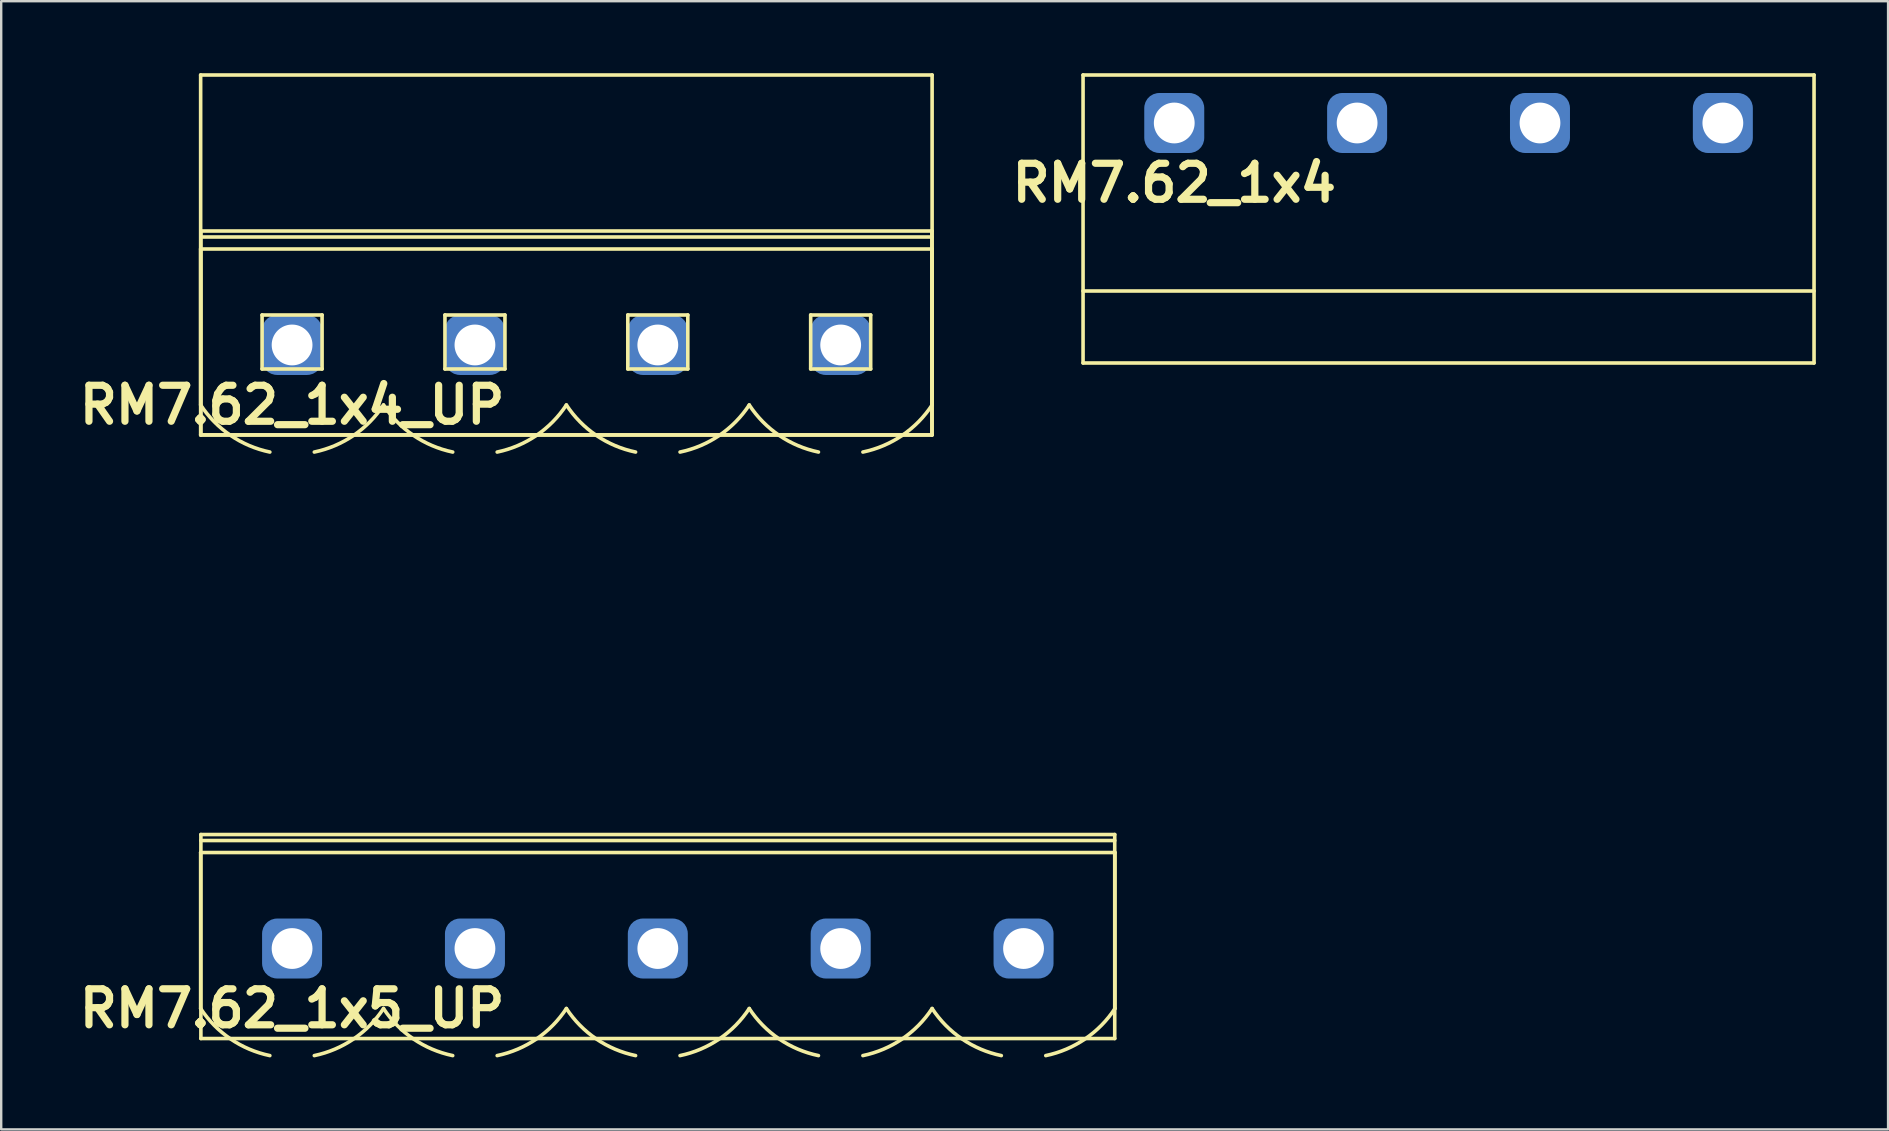
<source format=kicad_pcb>
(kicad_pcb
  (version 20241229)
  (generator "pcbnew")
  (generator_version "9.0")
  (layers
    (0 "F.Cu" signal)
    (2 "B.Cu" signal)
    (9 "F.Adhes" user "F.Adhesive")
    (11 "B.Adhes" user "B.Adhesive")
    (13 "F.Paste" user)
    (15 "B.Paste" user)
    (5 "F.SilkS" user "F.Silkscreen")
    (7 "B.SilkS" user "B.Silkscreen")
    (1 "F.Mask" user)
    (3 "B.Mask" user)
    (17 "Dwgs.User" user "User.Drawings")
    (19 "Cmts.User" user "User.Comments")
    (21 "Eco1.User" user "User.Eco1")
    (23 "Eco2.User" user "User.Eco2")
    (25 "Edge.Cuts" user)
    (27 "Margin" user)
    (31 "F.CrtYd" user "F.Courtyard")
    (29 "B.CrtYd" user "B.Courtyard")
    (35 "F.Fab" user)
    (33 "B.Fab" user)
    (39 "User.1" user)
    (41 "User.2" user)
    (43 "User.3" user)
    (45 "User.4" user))
  (footprint "RM7.62_1x5_UP"
    (layer "F.Cu")
    (at 9.121 36.475)
    (property "Reference" "RM7.62_1x5_UP" (at 0 2.5 0) (layer "F.SilkS") (effects (font (size 1.5 1.5) (thickness 0.3))))
    (attr through_hole)
    (fp_line (start -3.81 -4) (end -3.81 2.5) (stroke (width 0.15) (type solid)) (layer "F.SilkS"))
    (fp_line (start -3.81 -4) (end 34.29 -4) (stroke (width 0.15) (type solid)) (layer "F.SilkS"))
    (fp_line (start -3.8 -4.75) (end -3.8 3.75) (stroke (width 0.15) (type solid)) (layer "F.SilkS"))
    (fp_line (start -3.8 -4.5) (end 34.28 -4.5) (stroke (width 0.15) (type solid)) (layer "F.SilkS"))
    (fp_line (start -3.8 3.75) (end 34.28 3.75) (stroke (width 0.15) (type solid)) (layer "F.SilkS"))
    (fp_line (start 34.28 -4.75) (end -3.8 -4.75) (stroke (width 0.15) (type solid)) (layer "F.SilkS"))
    (fp_line (start 34.28 3.75) (end 34.28 -4.75) (stroke (width 0.15) (type solid)) (layer "F.SilkS"))
    (fp_line (start 34.29 -4) (end 34.29 2.5) (stroke (width 0.15) (type solid)) (layer "F.SilkS"))
    (fp_arc (start -0.92631 4.461844) (mid -2.563273 3.767723) (end -3.81 2.5) (stroke (width 0.15) (type solid)) (layer "F.SilkS"))
    (fp_arc (start 3.81 2.5) (mid 2.563272 3.767723) (end 0.92631 4.461844) (stroke (width 0.15) (type solid)) (layer "F.SilkS"))
    (fp_arc (start 6.69369 4.461844) (mid 5.056727 3.767723) (end 3.81 2.5) (stroke (width 0.15) (type solid)) (layer "F.SilkS"))
    (fp_arc (start 11.43 2.5) (mid 10.183272 3.767723) (end 8.54631 4.461844) (stroke (width 0.15) (type solid)) (layer "F.SilkS"))
    (fp_arc (start 14.31369 4.461844) (mid 12.676727 3.767723) (end 11.43 2.5) (stroke (width 0.15) (type solid)) (layer "F.SilkS"))
    (fp_arc (start 19.05 2.5) (mid 17.803272 3.767723) (end 16.16631 4.461844) (stroke (width 0.15) (type solid)) (layer "F.SilkS"))
    (fp_arc (start 21.93369 4.461844) (mid 20.296727 3.767723) (end 19.05 2.5) (stroke (width 0.15) (type solid)) (layer "F.SilkS"))
    (fp_arc (start 26.67 2.5) (mid 25.423272 3.767723) (end 23.78631 4.461844) (stroke (width 0.15) (type solid)) (layer "F.SilkS"))
    (fp_arc (start 29.55369 4.461844) (mid 27.916727 3.767723) (end 26.67 2.5) (stroke (width 0.15) (type solid)) (layer "F.SilkS"))
    (fp_arc (start 34.29 2.5) (mid 33.043272 3.767723) (end 31.40631 4.461844) (stroke (width 0.15) (type solid)) (layer "F.SilkS"))
    (fp_line (start -3.81 -11.25) (end -3.81 3.75) (stroke (width 0.15) (type solid)) (layer "Margin"))
    (fp_line (start -3.81 3.75) (end 34.29 3.75) (stroke (width 0.15) (type solid)) (layer "Margin"))
    (fp_line (start -1.25 -1.25) (end -1.25 1) (stroke (width 0.15) (type solid)) (layer "Margin"))
    (fp_line (start -1.25 1) (end 1.25 1) (stroke (width 0.15) (type solid)) (layer "Margin"))
    (fp_line (start 1.25 -1.25) (end -1.25 -1.25) (stroke (width 0.15) (type solid)) (layer "Margin"))
    (fp_line (start 1.25 1) (end 1.25 -1.25) (stroke (width 0.15) (type solid)) (layer "Margin"))
    (fp_line (start 6.37 -1.25) (end 6.37 1) (stroke (width 0.15) (type solid)) (layer "Margin"))
    (fp_line (start 6.37 1) (end 8.87 1) (stroke (width 0.15) (type solid)) (layer "Margin"))
    (fp_line (start 8.87 -1.25) (end 6.37 -1.25) (stroke (width 0.15) (type solid)) (layer "Margin"))
    (fp_line (start 8.87 1) (end 8.87 -1.25) (stroke (width 0.15) (type solid)) (layer "Margin"))
    (fp_line (start 13.99 -1.25) (end 13.99 1) (stroke (width 0.15) (type solid)) (layer "Margin"))
    (fp_line (start 13.99 1) (end 16.49 1) (stroke (width 0.15) (type solid)) (layer "Margin"))
    (fp_line (start 16.49 -1.25) (end 13.99 -1.25) (stroke (width 0.15) (type solid)) (layer "Margin"))
    (fp_line (start 16.49 1) (end 16.49 -1.25) (stroke (width 0.15) (type solid)) (layer "Margin"))
    (fp_line (start 21.61 -1.25) (end 21.61 1) (stroke (width 0.15) (type solid)) (layer "Margin"))
    (fp_line (start 21.61 1) (end 24.11 1) (stroke (width 0.15) (type solid)) (layer "Margin"))
    (fp_line (start 24.11 -1.25) (end 21.61 -1.25) (stroke (width 0.15) (type solid)) (layer "Margin"))
    (fp_line (start 24.11 1) (end 24.11 -1.25) (stroke (width 0.15) (type solid)) (layer "Margin"))
    (fp_line (start 29.23 -1.25) (end 29.23 1) (stroke (width 0.15) (type solid)) (layer "Margin"))
    (fp_line (start 29.23 1) (end 31.73 1) (stroke (width 0.15) (type solid)) (layer "Margin"))
    (fp_line (start 31.73 -1.25) (end 29.23 -1.25) (stroke (width 0.15) (type solid)) (layer "Margin"))
    (fp_line (start 31.73 1) (end 31.73 -1.25) (stroke (width 0.15) (type solid)) (layer "Margin"))
    (fp_line (start 34.29 -11.25) (end -3.81 -11.25) (stroke (width 0.15) (type solid)) (layer "Margin"))
    (fp_line (start 34.29 3.75) (end 34.29 -11.25) (stroke (width 0.15) (type solid)) (layer "Margin"))
    (pad "1" thru_hole circle (at 0 0) (size 2 2) (drill 1.7) (layers "*.Cu" "*.Mask"))
    (pad "1" smd roundrect (at 0 0) (size 2.5 2.5) (layers "B.Cu" "B.Mask") (roundrect_rratio 0.25))
    (pad "2" thru_hole circle (at 7.62 0) (size 2 2) (drill 1.7) (layers "*.Cu" "*.Mask"))
    (pad "2" smd roundrect (at 7.62 0) (size 2.5 2.5) (layers "B.Cu" "B.Mask") (roundrect_rratio 0.25))
    (pad "3" thru_hole circle (at 15.24 0) (size 2 2) (drill 1.7) (layers "*.Cu" "*.Mask"))
    (pad "3" smd roundrect (at 15.24 0) (size 2.5 2.5) (layers "B.Cu" "B.Mask") (roundrect_rratio 0.25))
    (pad "4" thru_hole circle (at 22.86 0) (size 2 2) (drill 1.7) (layers "*.Cu" "*.Mask"))
    (pad "4" smd roundrect (at 22.86 0) (size 2.5 2.5) (layers "B.Cu" "B.Mask") (roundrect_rratio 0.25))
    (pad "5" thru_hole circle (at 30.48 0) (size 2 2) (drill 1.7) (layers "*.Cu" "*.Mask"))
    (pad "5" smd roundrect (at 30.48 0) (size 2.5 2.5) (layers "B.Cu" "B.Mask") (roundrect_rratio 0.25)))
  (footprint "RM7.62_1x4"
    (layer "F.Cu")
    (at 45.881 2.075)
    (property "Reference" "RM7.62_1x4" (at 0 2.5 0) (layer "F.SilkS") (effects (font (size 1.5 1.5) (thickness 0.3))))
    (attr through_hole)
    (fp_line (start -3.8 -2) (end -3.8 10) (stroke (width 0.15) (type solid)) (layer "F.SilkS"))
    (fp_line (start -3.8 7) (end 26.66 7) (stroke (width 0.15) (type solid)) (layer "F.SilkS"))
    (fp_line (start -3.8 10) (end 26.66 10) (stroke (width 0.15) (type solid)) (layer "F.SilkS"))
    (fp_line (start 26.66 -2) (end -3.8 -2) (stroke (width 0.15) (type solid)) (layer "F.SilkS"))
    (fp_line (start 26.66 10) (end 26.66 -2) (stroke (width 0.15) (type solid)) (layer "F.SilkS"))
    (fp_line (start -3.81 20) (end -3.81 10) (stroke (width 0.15) (type solid)) (layer "Margin"))
    (fp_line (start -3.81 20) (end 26.67 20) (stroke (width 0.15) (type solid)) (layer "Margin"))
    (fp_line (start -1.5 15) (end 1.5 15) (stroke (width 0.15) (type solid)) (layer "Margin"))
    (fp_line (start 6.12 15) (end 9.12 15) (stroke (width 0.15) (type solid)) (layer "Margin"))
    (fp_line (start 13.74 15) (end 16.74 15) (stroke (width 0.15) (type solid)) (layer "Margin"))
    (fp_line (start 21.36 15) (end 24.36 15) (stroke (width 0.15) (type solid)) (layer "Margin"))
    (fp_line (start 26.67 20) (end 26.67 10) (stroke (width 0.15) (type solid)) (layer "Margin"))
    (fp_circle (center 0 15) (end 0 13.5) (stroke (width 0.15) (type solid)) (fill no) (layer "Margin"))
    (fp_circle (center 7.62 15) (end 7.62 13.5) (stroke (width 0.15) (type solid)) (fill no) (layer "Margin"))
    (fp_circle (center 15.24 15) (end 15.24 13.5) (stroke (width 0.15) (type solid)) (fill no) (layer "Margin"))
    (fp_circle (center 22.86 15) (end 22.86 13.5) (stroke (width 0.15) (type solid)) (fill no) (layer "Margin"))
    (pad "1" thru_hole circle (at 0 0) (size 2 2) (drill 1.7) (layers "*.Cu" "*.Mask"))
    (pad "1" smd roundrect (at 0 0) (size 2.5 2.5) (layers "B.Cu" "B.Mask") (roundrect_rratio 0.25))
    (pad "2" thru_hole circle (at 7.62 0) (size 2 2) (drill 1.7) (layers "*.Cu" "*.Mask"))
    (pad "2" smd roundrect (at 7.62 0) (size 2.5 2.5) (layers "B.Cu" "B.Mask") (roundrect_rratio 0.25))
    (pad "3" thru_hole circle (at 15.24 0) (size 2 2) (drill 1.7) (layers "*.Cu" "*.Mask"))
    (pad "3" smd roundrect (at 15.24 0) (size 2.5 2.5) (layers "B.Cu" "B.Mask") (roundrect_rratio 0.25))
    (pad "4" thru_hole circle (at 22.86 0) (size 2 2) (drill 1.7) (layers "*.Cu" "*.Mask"))
    (pad "4" smd roundrect (at 22.86 0) (size 2.5 2.5) (layers "B.Cu" "B.Mask") (roundrect_rratio 0.25)))
  (footprint "RM7.62_1x4_UP"
    (layer "F.Cu")
    (at 9.121 11.325)
    (property "Reference" "RM7.62_1x4_UP" (at 0 2.5 0) (layer "F.SilkS") (effects (font (size 1.5 1.5) (thickness 0.3))))
    (attr through_hole)
    (fp_line (start -3.81 -11.25) (end -3.81 3.75) (stroke (width 0.15) (type solid)) (layer "F.SilkS"))
    (fp_line (start -3.81 -4) (end -3.81 2.5) (stroke (width 0.15) (type solid)) (layer "F.SilkS"))
    (fp_line (start -3.81 -4) (end 26.67 -4) (stroke (width 0.15) (type solid)) (layer "F.SilkS"))
    (fp_line (start -3.81 3.75) (end 26.67 3.75) (stroke (width 0.15) (type solid)) (layer "F.SilkS"))
    (fp_line (start -3.8 -4.75) (end -3.8 3.75) (stroke (width 0.15) (type solid)) (layer "F.SilkS"))
    (fp_line (start -3.8 -4.5) (end 26.66 -4.5) (stroke (width 0.15) (type solid)) (layer "F.SilkS"))
    (fp_line (start -3.8 3.75) (end 26.66 3.75) (stroke (width 0.15) (type solid)) (layer "F.SilkS"))
    (fp_line (start -1.25 -1.25) (end -1.25 1) (stroke (width 0.15) (type solid)) (layer "F.SilkS"))
    (fp_line (start -1.25 1) (end 1.25 1) (stroke (width 0.15) (type solid)) (layer "F.SilkS"))
    (fp_line (start 1.25 -1.25) (end -1.25 -1.25) (stroke (width 0.15) (type solid)) (layer "F.SilkS"))
    (fp_line (start 1.25 1) (end 1.25 -1.25) (stroke (width 0.15) (type solid)) (layer "F.SilkS"))
    (fp_line (start 6.37 -1.25) (end 6.37 1) (stroke (width 0.15) (type solid)) (layer "F.SilkS"))
    (fp_line (start 6.37 1) (end 8.87 1) (stroke (width 0.15) (type solid)) (layer "F.SilkS"))
    (fp_line (start 8.87 -1.25) (end 6.37 -1.25) (stroke (width 0.15) (type solid)) (layer "F.SilkS"))
    (fp_line (start 8.87 1) (end 8.87 -1.25) (stroke (width 0.15) (type solid)) (layer "F.SilkS"))
    (fp_line (start 13.99 -1.25) (end 13.99 1) (stroke (width 0.15) (type solid)) (layer "F.SilkS"))
    (fp_line (start 13.99 1) (end 16.49 1) (stroke (width 0.15) (type solid)) (layer "F.SilkS"))
    (fp_line (start 16.49 -1.25) (end 13.99 -1.25) (stroke (width 0.15) (type solid)) (layer "F.SilkS"))
    (fp_line (start 16.49 1) (end 16.49 -1.25) (stroke (width 0.15) (type solid)) (layer "F.SilkS"))
    (fp_line (start 21.61 -1.25) (end 21.61 1) (stroke (width 0.15) (type solid)) (layer "F.SilkS"))
    (fp_line (start 21.61 1) (end 24.11 1) (stroke (width 0.15) (type solid)) (layer "F.SilkS"))
    (fp_line (start 24.11 -1.25) (end 21.61 -1.25) (stroke (width 0.15) (type solid)) (layer "F.SilkS"))
    (fp_line (start 24.11 1) (end 24.11 -1.25) (stroke (width 0.15) (type solid)) (layer "F.SilkS"))
    (fp_line (start 26.66 -4.75) (end -3.8 -4.75) (stroke (width 0.15) (type solid)) (layer "F.SilkS"))
    (fp_line (start 26.66 3.75) (end 26.66 -4.75) (stroke (width 0.15) (type solid)) (layer "F.SilkS"))
    (fp_line (start 26.67 -11.25) (end -3.81 -11.25) (stroke (width 0.15) (type solid)) (layer "F.SilkS"))
    (fp_line (start 26.67 -4) (end 26.67 2.5) (stroke (width 0.15) (type solid)) (layer "F.SilkS"))
    (fp_line (start 26.67 3.75) (end 26.67 -11.25) (stroke (width 0.15) (type solid)) (layer "F.SilkS"))
    (fp_arc (start -0.92631 4.461844) (mid -2.563273 3.767723) (end -3.81 2.5) (stroke (width 0.15) (type solid)) (layer "F.SilkS"))
    (fp_arc (start 3.81 2.5) (mid 2.563272 3.767723) (end 0.92631 4.461844) (stroke (width 0.15) (type solid)) (layer "F.SilkS"))
    (fp_arc (start 6.69369 4.461844) (mid 5.056727 3.767723) (end 3.81 2.5) (stroke (width 0.15) (type solid)) (layer "F.SilkS"))
    (fp_arc (start 11.43 2.5) (mid 10.183272 3.767723) (end 8.54631 4.461844) (stroke (width 0.15) (type solid)) (layer "F.SilkS"))
    (fp_arc (start 14.31369 4.461844) (mid 12.676727 3.767723) (end 11.43 2.5) (stroke (width 0.15) (type solid)) (layer "F.SilkS"))
    (fp_arc (start 19.05 2.5) (mid 17.803272 3.767723) (end 16.16631 4.461844) (stroke (width 0.15) (type solid)) (layer "F.SilkS"))
    (fp_arc (start 21.93369 4.461844) (mid 20.296727 3.767723) (end 19.05 2.5) (stroke (width 0.15) (type solid)) (layer "F.SilkS"))
    (fp_arc (start 26.67 2.5) (mid 25.423272 3.767723) (end 23.78631 4.461844) (stroke (width 0.15) (type solid)) (layer "F.SilkS"))
    (pad "1" thru_hole circle (at 0 0) (size 2 2) (drill 1.7) (layers "*.Cu" "*.Mask"))
    (pad "1" smd roundrect (at 0 0) (size 2.5 2.5) (layers "B.Cu" "B.Mask") (roundrect_rratio 0.25))
    (pad "2" thru_hole circle (at 7.62 0) (size 2 2) (drill 1.7) (layers "*.Cu" "*.Mask"))
    (pad "2" smd roundrect (at 7.62 0) (size 2.5 2.5) (layers "B.Cu" "B.Mask") (roundrect_rratio 0.25))
    (pad "3" thru_hole circle (at 15.24 0) (size 2 2) (drill 1.7) (layers "*.Cu" "*.Mask"))
    (pad "3" smd roundrect (at 15.24 0) (size 2.5 2.5) (layers "B.Cu" "B.Mask") (roundrect_rratio 0.25))
    (pad "4" thru_hole circle (at 22.86 0) (size 2 2) (drill 1.7) (layers "*.Cu" "*.Mask"))
    (pad "4" smd roundrect (at 22.86 0) (size 2.5 2.5) (layers "B.Cu" "B.Mask") (roundrect_rratio 0.25)))
  (gr_rect
    (start -3 -3)
    (end 75.626 44.012)
    (stroke (width 0.1) (type default))
    (fill no)
    (layer "Edge.Cuts")))
</source>
